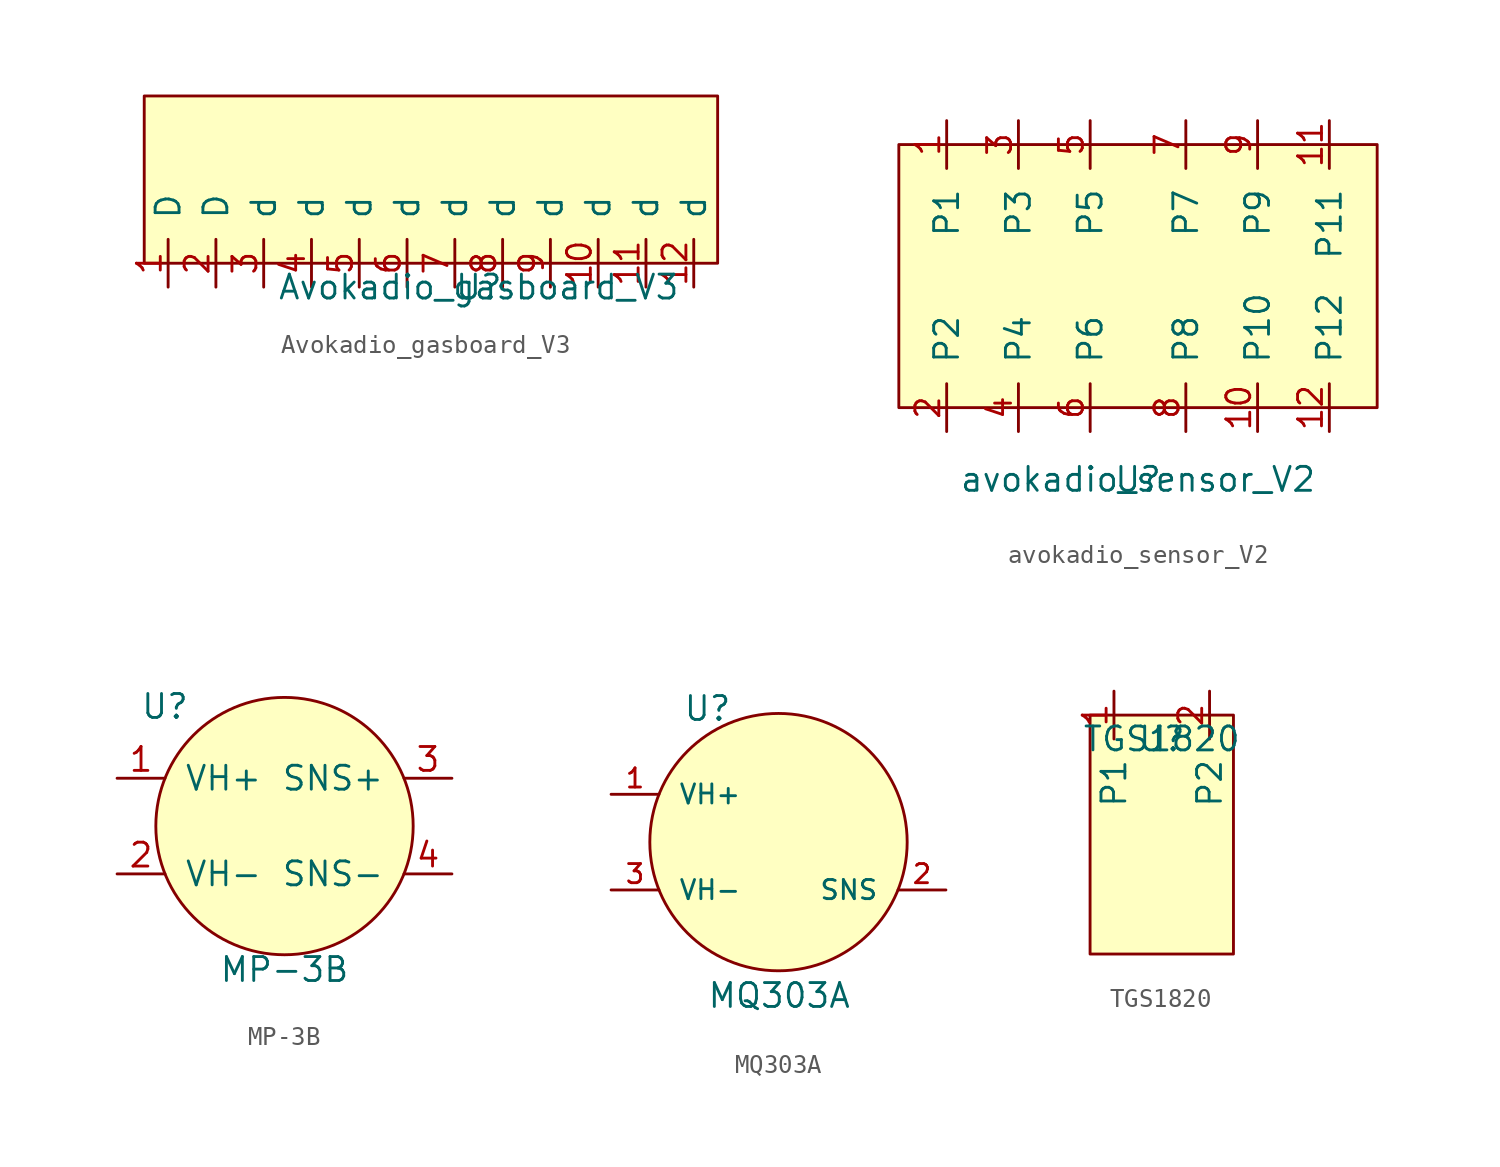
<source format=kicad_sym>
(kicad_symbol_lib
  (version 20211014)
  (generator kicad_symbol_editor)
  (symbol "Avokadio_gasboard_V3"
    (pin_names
      (offset 1.016))
    (property "Reference" "U"
      (at 2.54 0 0)
      (effects (font (size 1.27 1.27))))
    (property "Value" "Avokadio_gasboard_V3"
      (at 2.54 0 0)
      (effects (font (size 1.27 1.27))))
    (symbol "Avokadio_gasboard_V3_0_1"
      (rectangle (start -15.24 1.27) (end 15.24 10.16) (stroke (width 0) (type default) (color 0 0 0 0)) (fill (type background))))
    (symbol "Avokadio_gasboard_V3_1_1"
      (pin input line (at -13.97 0 90) (length 2.54) (name "D" (effects (font (size 1.27 1.27)))) (number "1" (effects (font (size 1.27 1.27)))))
      (pin input line (at 8.89 0 90) (length 2.54) (name "d" (effects (font (size 1.27 1.27)))) (number "10" (effects (font (size 1.27 1.27)))))
      (pin input line (at 11.43 0 90) (length 2.54) (name "d" (effects (font (size 1.27 1.27)))) (number "11" (effects (font (size 1.27 1.27)))))
      (pin input line (at 13.97 0 90) (length 2.54) (name "d" (effects (font (size 1.27 1.27)))) (number "12" (effects (font (size 1.27 1.27)))))
      (pin input line (at -11.43 0 90) (length 2.54) (name "D" (effects (font (size 1.27 1.27)))) (number "2" (effects (font (size 1.27 1.27)))))
      (pin input line (at -8.89 0 90) (length 2.54) (name "d" (effects (font (size 1.27 1.27)))) (number "3" (effects (font (size 1.27 1.27)))))
      (pin input line (at -6.35 0 90) (length 2.54) (name "d" (effects (font (size 1.27 1.27)))) (number "4" (effects (font (size 1.27 1.27)))))
      (pin input line (at -3.81 0 90) (length 2.54) (name "d" (effects (font (size 1.27 1.27)))) (number "5" (effects (font (size 1.27 1.27)))))
      (pin input line (at -1.27 0 90) (length 2.54) (name "d" (effects (font (size 1.27 1.27)))) (number "6" (effects (font (size 1.27 1.27)))))
      (pin input line (at 1.27 0 90) (length 2.54) (name "d" (effects (font (size 1.27 1.27)))) (number "7" (effects (font (size 1.27 1.27)))))
      (pin input line (at 3.81 0 90) (length 2.54) (name "d" (effects (font (size 1.27 1.27)))) (number "8" (effects (font (size 1.27 1.27)))))
      (pin input line (at 6.35 0 90) (length 2.54) (name "d" (effects (font (size 1.27 1.27)))) (number "9" (effects (font (size 1.27 1.27)))))))
  (symbol "avokadio_sensor_V2"
    (pin_names
      (offset 1.016))
    (property "Reference" "U"
      (at 0 -10.16 0)
      (effects (font (size 1.27 1.27))))
    (property "Value" "avokadio_sensor_V2"
      (at 0 -10.16 0)
      (effects (font (size 1.27 1.27))))
    (symbol "avokadio_sensor_V2_0_1"
      (rectangle (start -12.7 7.62) (end 12.7 -6.35) (stroke (width 0) (type default) (color 0 0 0 0)) (fill (type background))))
    (symbol "avokadio_sensor_V2_1_1"
      (pin input line (at -10.16 8.89 270) (length 2.54) (name "P1" (effects (font (size 1.27 1.27)))) (number "1" (effects (font (size 1.27 1.27)))))
      (pin input line (at 6.35 -7.62 90) (length 2.54) (name "P10" (effects (font (size 1.27 1.27)))) (number "10" (effects (font (size 1.27 1.27)))))
      (pin input line (at 10.16 8.89 270) (length 2.54) (name "P11" (effects (font (size 1.27 1.27)))) (number "11" (effects (font (size 1.27 1.27)))))
      (pin input line (at 10.16 -7.62 90) (length 2.54) (name "P12" (effects (font (size 1.27 1.27)))) (number "12" (effects (font (size 1.27 1.27)))))
      (pin input line (at -10.16 -7.62 90) (length 2.54) (name "P2" (effects (font (size 1.27 1.27)))) (number "2" (effects (font (size 1.27 1.27)))))
      (pin input line (at -6.35 8.89 270) (length 2.54) (name "P3" (effects (font (size 1.27 1.27)))) (number "3" (effects (font (size 1.27 1.27)))))
      (pin input line (at -6.35 -7.62 90) (length 2.54) (name "P4" (effects (font (size 1.27 1.27)))) (number "4" (effects (font (size 1.27 1.27)))))
      (pin input line (at -2.54 8.89 270) (length 2.54) (name "P5" (effects (font (size 1.27 1.27)))) (number "5" (effects (font (size 1.27 1.27)))))
      (pin input line (at -2.54 -7.62 90) (length 2.54) (name "P6" (effects (font (size 1.27 1.27)))) (number "6" (effects (font (size 1.27 1.27)))))
      (pin power_in line (at 2.54 8.89 270) (length 2.54) (name "P7" (effects (font (size 1.27 1.27)))) (number "7" (effects (font (size 1.27 1.27)))))
      (pin input line (at 2.54 -7.62 90) (length 2.54) (name "P8" (effects (font (size 1.27 1.27)))) (number "8" (effects (font (size 1.27 1.27)))))
      (pin input line (at 6.35 8.89 270) (length 2.54) (name "P9" (effects (font (size 1.27 1.27)))) (number "9" (effects (font (size 1.27 1.27)))))))
  (symbol "MP-3B"
    (pin_names
      (offset 1.016))
    (property "Reference" "U"
      (at -6.35 6.35 0)
      (effects (font (size 1.27 1.27))))
    (property "Value" "MP-3B"
      (at 0 -7.62 0)
      (effects (font (size 1.27 1.27))))
    (symbol "MP-3B_0_1"
      (circle (center 0 0) (radius 6.833) (stroke (width 0) (type default) (color 0 0 0 0)) (fill (type background))))
    (symbol "MP-3B_1_1"
      (pin power_in line (at -8.89 2.54 0) (length 2.54) (name "VH+" (effects (font (size 1.27 1.27)))) (number "1" (effects (font (size 1.27 1.27)))))
      (pin power_out line (at -8.89 -2.54 0) (length 2.54) (name "VH-" (effects (font (size 1.27 1.27)))) (number "2" (effects (font (size 1.27 1.27)))))
      (pin input line (at 8.89 2.54 180) (length 2.54) (name "SNS+" (effects (font (size 1.27 1.27)))) (number "3" (effects (font (size 1.27 1.27)))))
      (pin input line (at 8.89 -2.54 180) (length 2.54) (name "SNS-" (effects (font (size 1.27 1.27)))) (number "4" (effects (font (size 1.27 1.27)))))))
  (symbol "MQ303A"
    (pin_names
      (offset 1.016))
    (property "Reference" "U"
      (at -5.08 6.35 0)
      (effects (font (size 1.27 1.27)) (justify left bottom)))
    (property "Value" "MQ303A"
      (at -3.81 -8.89 0)
      (effects (font (size 1.27 1.27)) (justify left bottom)))
    (property "ki_locked" ""
      (at 0 0 0)
      (effects (font (size 1.27 1.27))))
    (symbol "MQ303A_0_0"
      (pin power_in line (at -8.89 2.54 0) (length 2.54) (name "VH+" (effects (font (size 1.016 1.016)))) (number "1" (effects (font (size 1.016 1.016)))))
      (pin bidirectional line (at 8.89 -2.54 180) (length 2.54) (name "SNS" (effects (font (size 1.016 1.016)))) (number "2" (effects (font (size 1.016 1.016)))))
      (pin power_in line (at -8.89 -2.54 0) (length 2.54) (name "VH-" (effects (font (size 1.016 1.016)))) (number "3" (effects (font (size 1.016 1.016))))))
    (symbol "MQ303A_1_1"
      (circle (center 0 0) (radius 6.833) (stroke (width 0) (type default) (color 0 0 0 0)) (fill (type background)))))
  (symbol "TGS1820"
    (pin_names
      (offset 1.016))
    (property "Reference" "U"
      (at 0 0 0)
      (effects (font (size 1.27 1.27))))
    (property "Value" "TGS1820"
      (at 0 0 0)
      (effects (font (size 1.27 1.27))))
    (symbol "TGS1820_0_1"
      (rectangle (start -3.81 1.27) (end 3.81 -11.43) (stroke (width 0) (type default) (color 0 0 0 0)) (fill (type background))))
    (symbol "TGS1820_1_1"
      (pin bidirectional line (at -2.54 2.54 270) (length 2.54) (name "P1" (effects (font (size 1.27 1.27)))) (number "1" (effects (font (size 1.27 1.27)))))
      (pin bidirectional line (at 2.54 2.54 270) (length 2.54) (name "P2" (effects (font (size 1.27 1.27)))) (number "2" (effects (font (size 1.27 1.27))))))))
</source>
